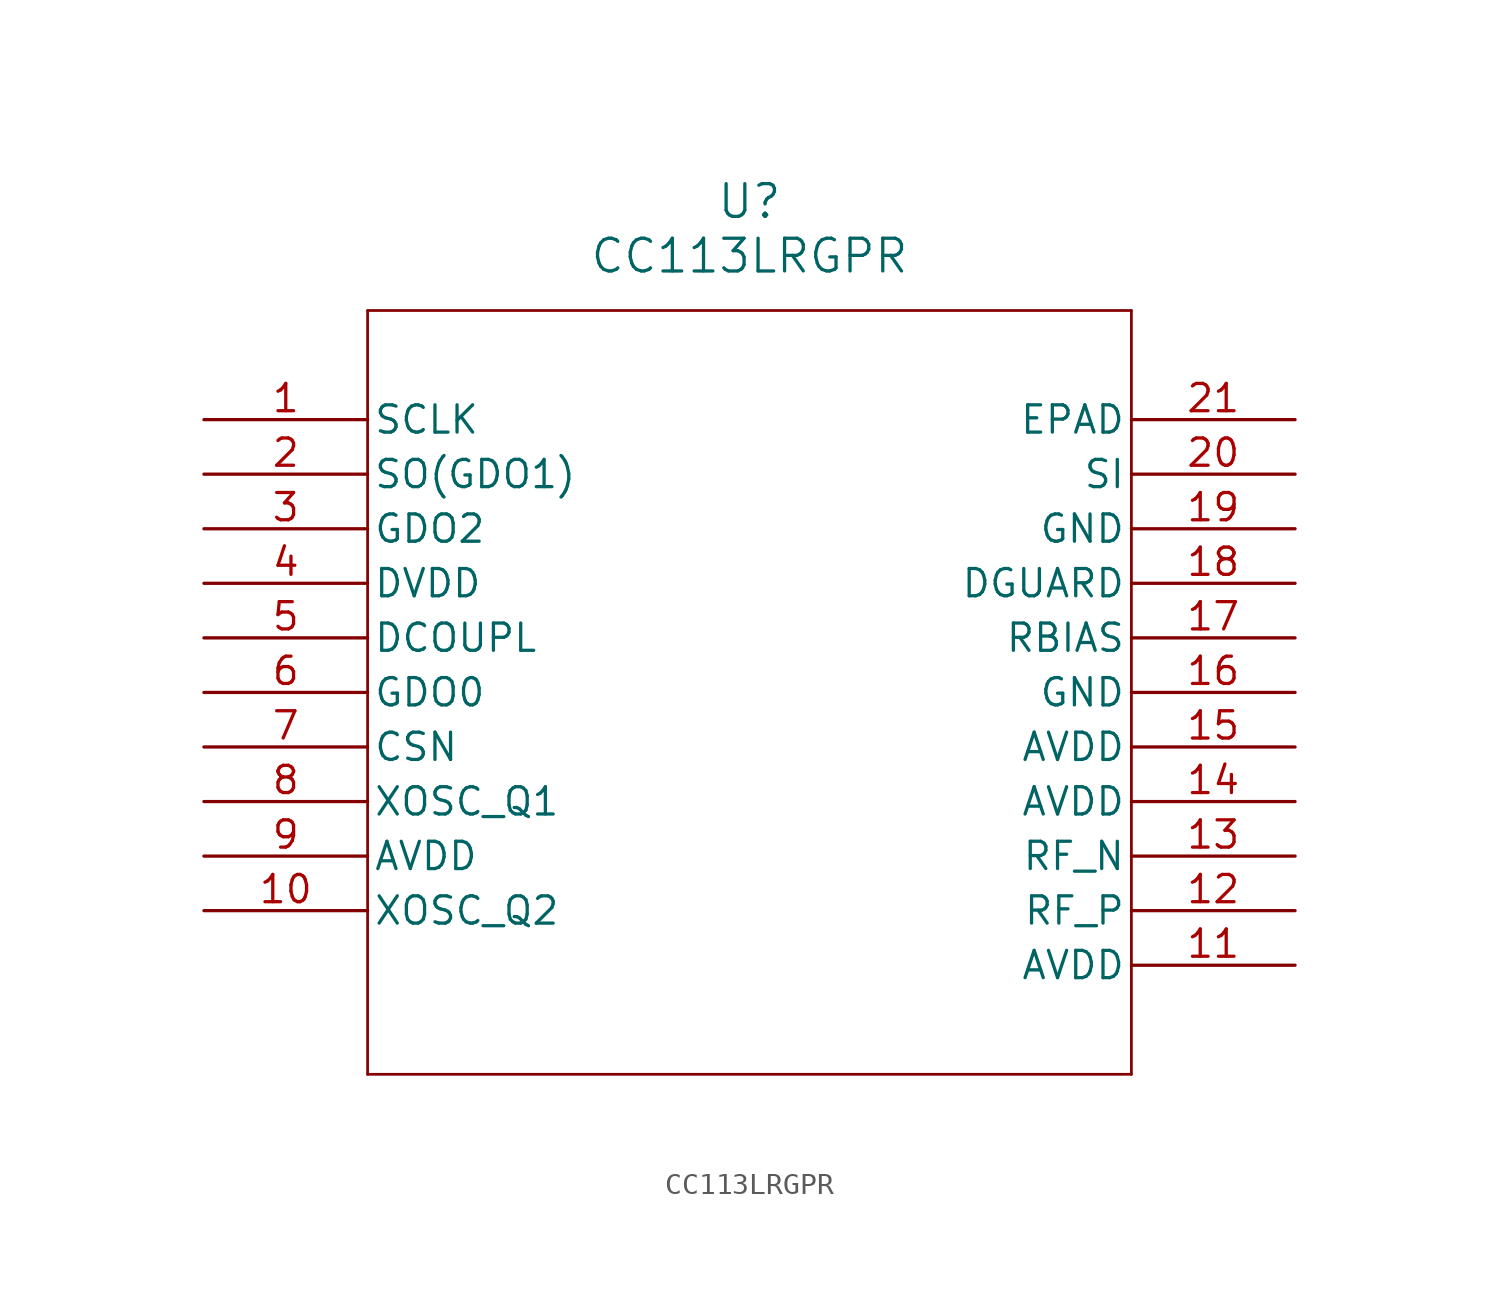
<source format=kicad_sym>
(kicad_symbol_lib
  (version 20211014)
  (generator kicad_symbol_editor)
  (symbol "CC113LRGPR"
    (pin_names
      (offset 0.254))
    (property "Reference" "U"
      (at 25.4 10.16 0)
      (effects (font (size 1.524 1.524))))
    (property "Value" "CC113LRGPR"
      (at 25.4 7.62 0)
      (effects (font (size 1.524 1.524))))
    (symbol "CC113LRGPR_0_1"
      (polyline (pts (xy 7.62 5.08) (xy 7.62 -30.48)) (stroke (width 0.127) (type default) (color 0 0 0 0)) (fill (type none)))
      (polyline (pts (xy 7.62 -30.48) (xy 43.18 -30.48)) (stroke (width 0.127) (type default) (color 0 0 0 0)) (fill (type none)))
      (polyline (pts (xy 43.18 -30.48) (xy 43.18 5.08)) (stroke (width 0.127) (type default) (color 0 0 0 0)) (fill (type none)))
      (polyline (pts (xy 43.18 5.08) (xy 7.62 5.08)) (stroke (width 0.127) (type default) (color 0 0 0 0)) (fill (type none)))
      (pin input line (at 0 0 0) (length 7.62) (name "SCLK" (effects (font (size 1.27 1.27)))) (number "1" (effects (font (size 1.27 1.27)))))
      (pin output line (at 0 -2.54 0) (length 7.62) (name "SO(GDO1)" (effects (font (size 1.27 1.27)))) (number "2" (effects (font (size 1.27 1.27)))))
      (pin output line (at 0 -5.08 0) (length 7.62) (name "GDO2" (effects (font (size 1.27 1.27)))) (number "3" (effects (font (size 1.27 1.27)))))
      (pin power_in line (at 0 -7.62 0) (length 7.62) (name "DVDD" (effects (font (size 1.27 1.27)))) (number "4" (effects (font (size 1.27 1.27)))))
      (pin power_in line (at 0 -10.16 0) (length 7.62) (name "DCOUPL" (effects (font (size 1.27 1.27)))) (number "5" (effects (font (size 1.27 1.27)))))
      (pin bidirectional line (at 0 -12.7 0) (length 7.62) (name "GDO0" (effects (font (size 1.27 1.27)))) (number "6" (effects (font (size 1.27 1.27)))))
      (pin input line (at 0 -15.24 0) (length 7.62) (name "CSN" (effects (font (size 1.27 1.27)))) (number "7" (effects (font (size 1.27 1.27)))))
      (pin bidirectional line (at 0 -17.78 0) (length 7.62) (name "XOSC_Q1" (effects (font (size 1.27 1.27)))) (number "8" (effects (font (size 1.27 1.27)))))
      (pin power_in line (at 0 -20.32 0) (length 7.62) (name "AVDD" (effects (font (size 1.27 1.27)))) (number "9" (effects (font (size 1.27 1.27)))))
      (pin bidirectional line (at 0 -22.86 0) (length 7.62) (name "XOSC_Q2" (effects (font (size 1.27 1.27)))) (number "10" (effects (font (size 1.27 1.27)))))
      (pin power_in line (at 50.8 -25.4 180) (length 7.62) (name "AVDD" (effects (font (size 1.27 1.27)))) (number "11" (effects (font (size 1.27 1.27)))))
      (pin bidirectional line (at 50.8 -22.86 180) (length 7.62) (name "RF_P" (effects (font (size 1.27 1.27)))) (number "12" (effects (font (size 1.27 1.27)))))
      (pin bidirectional line (at 50.8 -20.32 180) (length 7.62) (name "RF_N" (effects (font (size 1.27 1.27)))) (number "13" (effects (font (size 1.27 1.27)))))
      (pin power_in line (at 50.8 -17.78 180) (length 7.62) (name "AVDD" (effects (font (size 1.27 1.27)))) (number "14" (effects (font (size 1.27 1.27)))))
      (pin power_in line (at 50.8 -15.24 180) (length 7.62) (name "AVDD" (effects (font (size 1.27 1.27)))) (number "15" (effects (font (size 1.27 1.27)))))
      (pin power_in line (at 50.8 -12.7 180) (length 7.62) (name "GND" (effects (font (size 1.27 1.27)))) (number "16" (effects (font (size 1.27 1.27)))))
      (pin bidirectional line (at 50.8 -10.16 180) (length 7.62) (name "RBIAS" (effects (font (size 1.27 1.27)))) (number "17" (effects (font (size 1.27 1.27)))))
      (pin power_in line (at 50.8 -7.62 180) (length 7.62) (name "DGUARD" (effects (font (size 1.27 1.27)))) (number "18" (effects (font (size 1.27 1.27)))))
      (pin power_in line (at 50.8 -5.08 180) (length 7.62) (name "GND" (effects (font (size 1.27 1.27)))) (number "19" (effects (font (size 1.27 1.27)))))
      (pin input line (at 50.8 -2.54 180) (length 7.62) (name "SI" (effects (font (size 1.27 1.27)))) (number "20" (effects (font (size 1.27 1.27)))))
      (pin unspecified line (at 50.8 0 180) (length 7.62) (name "EPAD" (effects (font (size 1.27 1.27)))) (number "21" (effects (font (size 1.27 1.27))))))))
</source>
